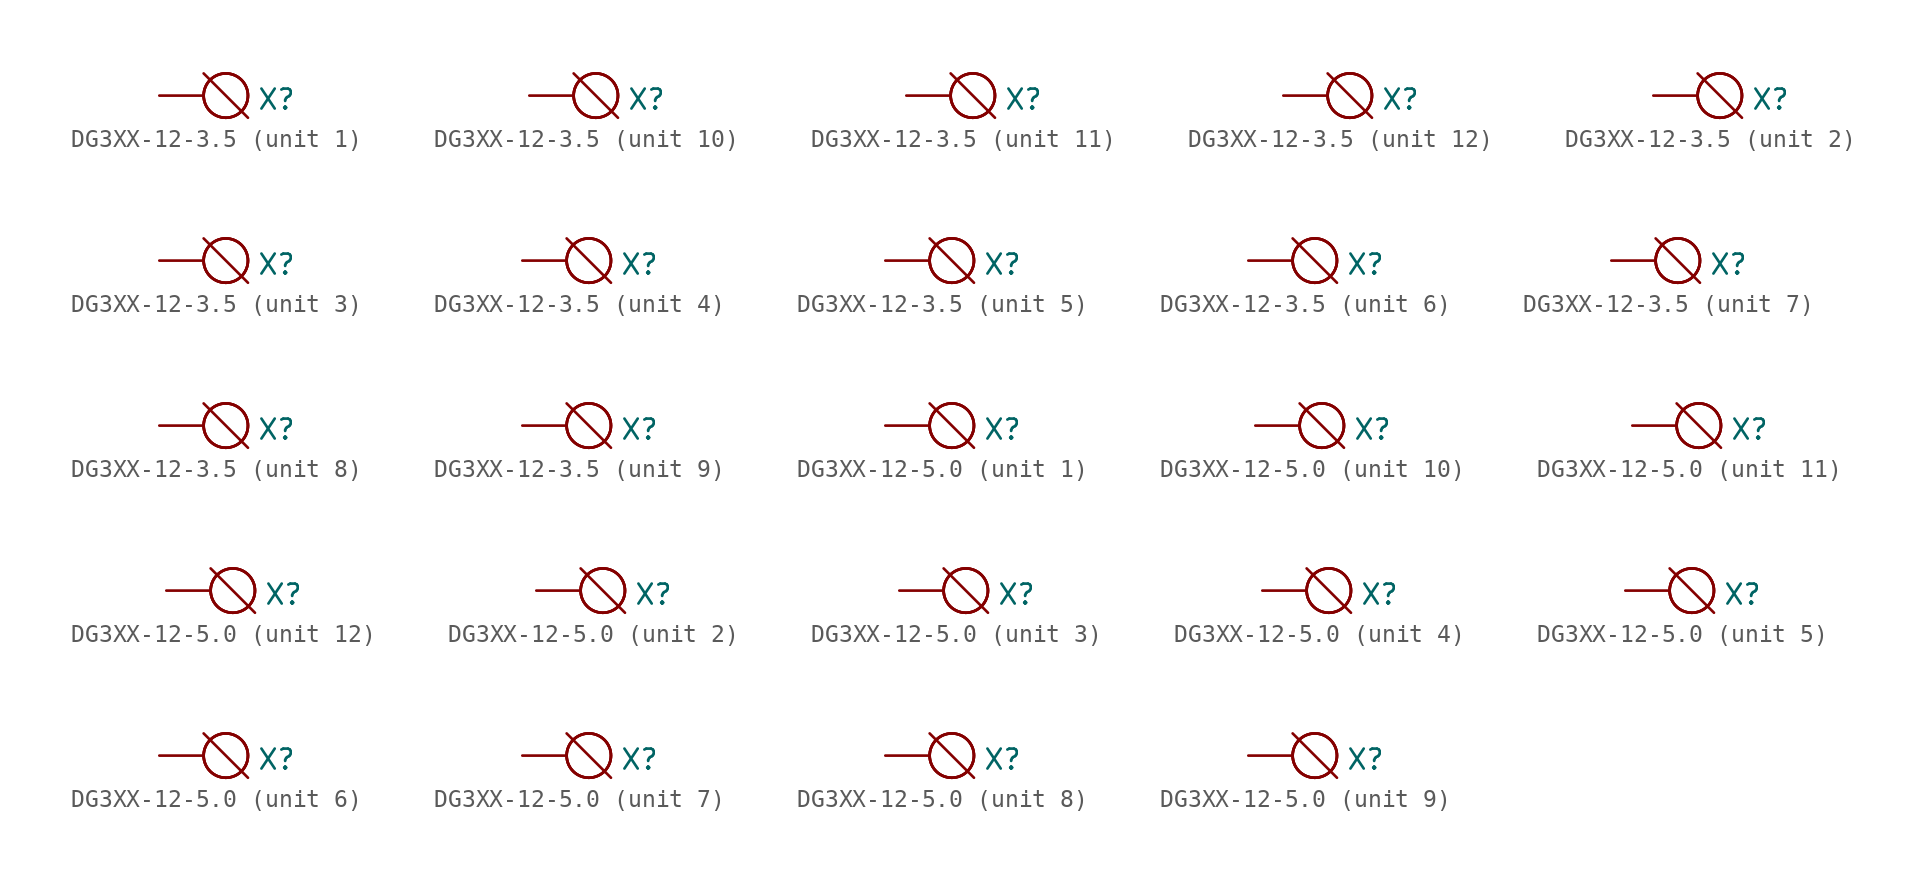
<source format=kicad_sym>
(kicad_symbol_lib
  (version 20211014)
  (generator kicad_symbol_editor)
  (symbol "DG3XX-12-3.5"
    (pin_numbers hide)
    (pin_names
      (offset 1.016) hide)
    (property "Reference" "X"
      (at 3.048 -0.889 0)
      (effects (font (size 1.143 1.143)) (justify left bottom)))
    (property "ki_locked" ""
      (at 0 0 0)
      (effects (font (size 1.27 1.27))))
    (symbol "DG3XX-12-3.5_1_0"
      (polyline (pts (xy 0 1.27) (xy 2.54 -1.27)) (stroke (width 0) (type default) (color 0 0 0 0)) (fill (type none))))
    (symbol "DG3XX-12-3.5_1_1"
      (circle (center 1.27 0) (radius 1.27) (stroke (width 0) (type default) (color 0 0 0 0)) (fill (type none)))
      (circle (center 1.27 0) (radius 1.27) (stroke (width 0) (type default) (color 0 0 0 0)) (fill (type none)))
      (circle (center 1.27 0) (radius 1.27) (stroke (width 0) (type default) (color 0 0 0 0)) (fill (type none)))
      (pin passive line (at -2.54 0 0) (length 2.54) (name "KL" (effects (font (size 1.016 1.016)))) (number "1" (effects (font (size 1.016 1.016))))))
    (symbol "DG3XX-12-3.5_2_0"
      (polyline (pts (xy 0 1.27) (xy 2.54 -1.27)) (stroke (width 0) (type default) (color 0 0 0 0)) (fill (type none))))
    (symbol "DG3XX-12-3.5_2_1"
      (circle (center 1.27 0) (radius 1.27) (stroke (width 0) (type default) (color 0 0 0 0)) (fill (type none)))
      (circle (center 1.27 0) (radius 1.27) (stroke (width 0) (type default) (color 0 0 0 0)) (fill (type none)))
      (circle (center 1.27 0) (radius 1.27) (stroke (width 0) (type default) (color 0 0 0 0)) (fill (type none)))
      (pin passive line (at -2.54 0 0) (length 2.54) (name "KL" (effects (font (size 1.016 1.016)))) (number "2" (effects (font (size 1.016 1.016))))))
    (symbol "DG3XX-12-3.5_3_0"
      (polyline (pts (xy 0 1.27) (xy 2.54 -1.27)) (stroke (width 0) (type default) (color 0 0 0 0)) (fill (type none))))
    (symbol "DG3XX-12-3.5_3_1"
      (circle (center 1.27 0) (radius 1.27) (stroke (width 0) (type default) (color 0 0 0 0)) (fill (type none)))
      (circle (center 1.27 0) (radius 1.27) (stroke (width 0) (type default) (color 0 0 0 0)) (fill (type none)))
      (circle (center 1.27 0) (radius 1.27) (stroke (width 0) (type default) (color 0 0 0 0)) (fill (type none)))
      (pin passive line (at -2.54 0 0) (length 2.54) (name "KL" (effects (font (size 1.016 1.016)))) (number "3" (effects (font (size 1.016 1.016))))))
    (symbol "DG3XX-12-3.5_4_0"
      (polyline (pts (xy 0 1.27) (xy 2.54 -1.27)) (stroke (width 0) (type default) (color 0 0 0 0)) (fill (type none))))
    (symbol "DG3XX-12-3.5_4_1"
      (circle (center 1.27 0) (radius 1.27) (stroke (width 0) (type default) (color 0 0 0 0)) (fill (type none)))
      (circle (center 1.27 0) (radius 1.27) (stroke (width 0) (type default) (color 0 0 0 0)) (fill (type none)))
      (circle (center 1.27 0) (radius 1.27) (stroke (width 0) (type default) (color 0 0 0 0)) (fill (type none)))
      (pin passive line (at -2.54 0 0) (length 2.54) (name "KL" (effects (font (size 1.016 1.016)))) (number "4" (effects (font (size 1.016 1.016))))))
    (symbol "DG3XX-12-3.5_5_0"
      (polyline (pts (xy 0 1.27) (xy 2.54 -1.27)) (stroke (width 0) (type default) (color 0 0 0 0)) (fill (type none))))
    (symbol "DG3XX-12-3.5_5_1"
      (circle (center 1.27 0) (radius 1.27) (stroke (width 0) (type default) (color 0 0 0 0)) (fill (type none)))
      (circle (center 1.27 0) (radius 1.27) (stroke (width 0) (type default) (color 0 0 0 0)) (fill (type none)))
      (circle (center 1.27 0) (radius 1.27) (stroke (width 0) (type default) (color 0 0 0 0)) (fill (type none)))
      (pin passive line (at -2.54 0 0) (length 2.54) (name "KL" (effects (font (size 1.016 1.016)))) (number "5" (effects (font (size 1.016 1.016))))))
    (symbol "DG3XX-12-3.5_6_0"
      (polyline (pts (xy 0 1.27) (xy 2.54 -1.27)) (stroke (width 0) (type default) (color 0 0 0 0)) (fill (type none))))
    (symbol "DG3XX-12-3.5_6_1"
      (circle (center 1.27 0) (radius 1.27) (stroke (width 0) (type default) (color 0 0 0 0)) (fill (type none)))
      (circle (center 1.27 0) (radius 1.27) (stroke (width 0) (type default) (color 0 0 0 0)) (fill (type none)))
      (circle (center 1.27 0) (radius 1.27) (stroke (width 0) (type default) (color 0 0 0 0)) (fill (type none)))
      (pin passive line (at -2.54 0 0) (length 2.54) (name "KL" (effects (font (size 1.016 1.016)))) (number "6" (effects (font (size 1.016 1.016))))))
    (symbol "DG3XX-12-3.5_7_0"
      (polyline (pts (xy 0 1.27) (xy 2.54 -1.27)) (stroke (width 0) (type default) (color 0 0 0 0)) (fill (type none))))
    (symbol "DG3XX-12-3.5_7_1"
      (circle (center 1.27 0) (radius 1.27) (stroke (width 0) (type default) (color 0 0 0 0)) (fill (type none)))
      (circle (center 1.27 0) (radius 1.27) (stroke (width 0) (type default) (color 0 0 0 0)) (fill (type none)))
      (circle (center 1.27 0) (radius 1.27) (stroke (width 0) (type default) (color 0 0 0 0)) (fill (type none)))
      (pin passive line (at -2.54 0 0) (length 2.54) (name "KL" (effects (font (size 1.016 1.016)))) (number "7" (effects (font (size 1.016 1.016))))))
    (symbol "DG3XX-12-3.5_8_0"
      (polyline (pts (xy 0 1.27) (xy 2.54 -1.27)) (stroke (width 0) (type default) (color 0 0 0 0)) (fill (type none))))
    (symbol "DG3XX-12-3.5_8_1"
      (circle (center 1.27 0) (radius 1.27) (stroke (width 0) (type default) (color 0 0 0 0)) (fill (type none)))
      (circle (center 1.27 0) (radius 1.27) (stroke (width 0) (type default) (color 0 0 0 0)) (fill (type none)))
      (circle (center 1.27 0) (radius 1.27) (stroke (width 0) (type default) (color 0 0 0 0)) (fill (type none)))
      (pin passive line (at -2.54 0 0) (length 2.54) (name "KL" (effects (font (size 1.016 1.016)))) (number "8" (effects (font (size 1.016 1.016))))))
    (symbol "DG3XX-12-3.5_9_0"
      (polyline (pts (xy 0 1.27) (xy 2.54 -1.27)) (stroke (width 0) (type default) (color 0 0 0 0)) (fill (type none))))
    (symbol "DG3XX-12-3.5_9_1"
      (circle (center 1.27 0) (radius 1.27) (stroke (width 0) (type default) (color 0 0 0 0)) (fill (type none)))
      (circle (center 1.27 0) (radius 1.27) (stroke (width 0) (type default) (color 0 0 0 0)) (fill (type none)))
      (circle (center 1.27 0) (radius 1.27) (stroke (width 0) (type default) (color 0 0 0 0)) (fill (type none)))
      (pin passive line (at -2.54 0 0) (length 2.54) (name "KL" (effects (font (size 1.016 1.016)))) (number "9" (effects (font (size 1.016 1.016))))))
    (symbol "DG3XX-12-3.5_10_0"
      (polyline (pts (xy 0 1.27) (xy 2.54 -1.27)) (stroke (width 0) (type default) (color 0 0 0 0)) (fill (type none))))
    (symbol "DG3XX-12-3.5_10_1"
      (circle (center 1.27 0) (radius 1.27) (stroke (width 0) (type default) (color 0 0 0 0)) (fill (type none)))
      (circle (center 1.27 0) (radius 1.27) (stroke (width 0) (type default) (color 0 0 0 0)) (fill (type none)))
      (circle (center 1.27 0) (radius 1.27) (stroke (width 0) (type default) (color 0 0 0 0)) (fill (type none)))
      (pin passive line (at -2.54 0 0) (length 2.54) (name "KL" (effects (font (size 1.016 1.016)))) (number "10" (effects (font (size 1.016 1.016))))))
    (symbol "DG3XX-12-3.5_11_0"
      (polyline (pts (xy 0 1.27) (xy 2.54 -1.27)) (stroke (width 0) (type default) (color 0 0 0 0)) (fill (type none))))
    (symbol "DG3XX-12-3.5_11_1"
      (circle (center 1.27 0) (radius 1.27) (stroke (width 0) (type default) (color 0 0 0 0)) (fill (type none)))
      (circle (center 1.27 0) (radius 1.27) (stroke (width 0) (type default) (color 0 0 0 0)) (fill (type none)))
      (circle (center 1.27 0) (radius 1.27) (stroke (width 0) (type default) (color 0 0 0 0)) (fill (type none)))
      (pin passive line (at -2.54 0 0) (length 2.54) (name "KL" (effects (font (size 1.016 1.016)))) (number "11" (effects (font (size 1.016 1.016))))))
    (symbol "DG3XX-12-3.5_12_0"
      (polyline (pts (xy 0 1.27) (xy 2.54 -1.27)) (stroke (width 0) (type default) (color 0 0 0 0)) (fill (type none))))
    (symbol "DG3XX-12-3.5_12_1"
      (circle (center 1.27 0) (radius 1.27) (stroke (width 0) (type default) (color 0 0 0 0)) (fill (type none)))
      (circle (center 1.27 0) (radius 1.27) (stroke (width 0) (type default) (color 0 0 0 0)) (fill (type none)))
      (circle (center 1.27 0) (radius 1.27) (stroke (width 0) (type default) (color 0 0 0 0)) (fill (type none)))
      (pin passive line (at -2.54 0 0) (length 2.54) (name "KL" (effects (font (size 1.016 1.016)))) (number "12" (effects (font (size 1.016 1.016)))))))
  (symbol "DG3XX-12-5.0"
    (pin_numbers hide)
    (pin_names
      (offset 1.016) hide)
    (property "Reference" "X"
      (at 3.048 -0.889 0)
      (effects (font (size 1.143 1.143)) (justify left bottom)))
    (property "ki_locked" ""
      (at 0 0 0)
      (effects (font (size 1.27 1.27))))
    (symbol "DG3XX-12-5.0_1_0"
      (polyline (pts (xy 0 1.27) (xy 2.54 -1.27)) (stroke (width 0) (type default) (color 0 0 0 0)) (fill (type none))))
    (symbol "DG3XX-12-5.0_1_1"
      (circle (center 1.27 0) (radius 1.27) (stroke (width 0) (type default) (color 0 0 0 0)) (fill (type none)))
      (circle (center 1.27 0) (radius 1.27) (stroke (width 0) (type default) (color 0 0 0 0)) (fill (type none)))
      (circle (center 1.27 0) (radius 1.27) (stroke (width 0) (type default) (color 0 0 0 0)) (fill (type none)))
      (pin passive line (at -2.54 0 0) (length 2.54) (name "KL" (effects (font (size 1.016 1.016)))) (number "1" (effects (font (size 1.016 1.016))))))
    (symbol "DG3XX-12-5.0_2_0"
      (polyline (pts (xy 0 1.27) (xy 2.54 -1.27)) (stroke (width 0) (type default) (color 0 0 0 0)) (fill (type none))))
    (symbol "DG3XX-12-5.0_2_1"
      (circle (center 1.27 0) (radius 1.27) (stroke (width 0) (type default) (color 0 0 0 0)) (fill (type none)))
      (circle (center 1.27 0) (radius 1.27) (stroke (width 0) (type default) (color 0 0 0 0)) (fill (type none)))
      (circle (center 1.27 0) (radius 1.27) (stroke (width 0) (type default) (color 0 0 0 0)) (fill (type none)))
      (pin passive line (at -2.54 0 0) (length 2.54) (name "KL" (effects (font (size 1.016 1.016)))) (number "2" (effects (font (size 1.016 1.016))))))
    (symbol "DG3XX-12-5.0_3_0"
      (polyline (pts (xy 0 1.27) (xy 2.54 -1.27)) (stroke (width 0) (type default) (color 0 0 0 0)) (fill (type none))))
    (symbol "DG3XX-12-5.0_3_1"
      (circle (center 1.27 0) (radius 1.27) (stroke (width 0) (type default) (color 0 0 0 0)) (fill (type none)))
      (circle (center 1.27 0) (radius 1.27) (stroke (width 0) (type default) (color 0 0 0 0)) (fill (type none)))
      (circle (center 1.27 0) (radius 1.27) (stroke (width 0) (type default) (color 0 0 0 0)) (fill (type none)))
      (pin passive line (at -2.54 0 0) (length 2.54) (name "KL" (effects (font (size 1.016 1.016)))) (number "3" (effects (font (size 1.016 1.016))))))
    (symbol "DG3XX-12-5.0_4_0"
      (polyline (pts (xy 0 1.27) (xy 2.54 -1.27)) (stroke (width 0) (type default) (color 0 0 0 0)) (fill (type none))))
    (symbol "DG3XX-12-5.0_4_1"
      (circle (center 1.27 0) (radius 1.27) (stroke (width 0) (type default) (color 0 0 0 0)) (fill (type none)))
      (circle (center 1.27 0) (radius 1.27) (stroke (width 0) (type default) (color 0 0 0 0)) (fill (type none)))
      (circle (center 1.27 0) (radius 1.27) (stroke (width 0) (type default) (color 0 0 0 0)) (fill (type none)))
      (pin passive line (at -2.54 0 0) (length 2.54) (name "KL" (effects (font (size 1.016 1.016)))) (number "4" (effects (font (size 1.016 1.016))))))
    (symbol "DG3XX-12-5.0_5_0"
      (polyline (pts (xy 0 1.27) (xy 2.54 -1.27)) (stroke (width 0) (type default) (color 0 0 0 0)) (fill (type none))))
    (symbol "DG3XX-12-5.0_5_1"
      (circle (center 1.27 0) (radius 1.27) (stroke (width 0) (type default) (color 0 0 0 0)) (fill (type none)))
      (circle (center 1.27 0) (radius 1.27) (stroke (width 0) (type default) (color 0 0 0 0)) (fill (type none)))
      (circle (center 1.27 0) (radius 1.27) (stroke (width 0) (type default) (color 0 0 0 0)) (fill (type none)))
      (pin passive line (at -2.54 0 0) (length 2.54) (name "KL" (effects (font (size 1.016 1.016)))) (number "5" (effects (font (size 1.016 1.016))))))
    (symbol "DG3XX-12-5.0_6_0"
      (polyline (pts (xy 0 1.27) (xy 2.54 -1.27)) (stroke (width 0) (type default) (color 0 0 0 0)) (fill (type none))))
    (symbol "DG3XX-12-5.0_6_1"
      (circle (center 1.27 0) (radius 1.27) (stroke (width 0) (type default) (color 0 0 0 0)) (fill (type none)))
      (circle (center 1.27 0) (radius 1.27) (stroke (width 0) (type default) (color 0 0 0 0)) (fill (type none)))
      (circle (center 1.27 0) (radius 1.27) (stroke (width 0) (type default) (color 0 0 0 0)) (fill (type none)))
      (pin passive line (at -2.54 0 0) (length 2.54) (name "KL" (effects (font (size 1.016 1.016)))) (number "6" (effects (font (size 1.016 1.016))))))
    (symbol "DG3XX-12-5.0_7_0"
      (polyline (pts (xy 0 1.27) (xy 2.54 -1.27)) (stroke (width 0) (type default) (color 0 0 0 0)) (fill (type none))))
    (symbol "DG3XX-12-5.0_7_1"
      (circle (center 1.27 0) (radius 1.27) (stroke (width 0) (type default) (color 0 0 0 0)) (fill (type none)))
      (circle (center 1.27 0) (radius 1.27) (stroke (width 0) (type default) (color 0 0 0 0)) (fill (type none)))
      (circle (center 1.27 0) (radius 1.27) (stroke (width 0) (type default) (color 0 0 0 0)) (fill (type none)))
      (pin passive line (at -2.54 0 0) (length 2.54) (name "KL" (effects (font (size 1.016 1.016)))) (number "7" (effects (font (size 1.016 1.016))))))
    (symbol "DG3XX-12-5.0_8_0"
      (polyline (pts (xy 0 1.27) (xy 2.54 -1.27)) (stroke (width 0) (type default) (color 0 0 0 0)) (fill (type none))))
    (symbol "DG3XX-12-5.0_8_1"
      (circle (center 1.27 0) (radius 1.27) (stroke (width 0) (type default) (color 0 0 0 0)) (fill (type none)))
      (circle (center 1.27 0) (radius 1.27) (stroke (width 0) (type default) (color 0 0 0 0)) (fill (type none)))
      (circle (center 1.27 0) (radius 1.27) (stroke (width 0) (type default) (color 0 0 0 0)) (fill (type none)))
      (pin passive line (at -2.54 0 0) (length 2.54) (name "KL" (effects (font (size 1.016 1.016)))) (number "8" (effects (font (size 1.016 1.016))))))
    (symbol "DG3XX-12-5.0_9_0"
      (polyline (pts (xy 0 1.27) (xy 2.54 -1.27)) (stroke (width 0) (type default) (color 0 0 0 0)) (fill (type none))))
    (symbol "DG3XX-12-5.0_9_1"
      (circle (center 1.27 0) (radius 1.27) (stroke (width 0) (type default) (color 0 0 0 0)) (fill (type none)))
      (circle (center 1.27 0) (radius 1.27) (stroke (width 0) (type default) (color 0 0 0 0)) (fill (type none)))
      (circle (center 1.27 0) (radius 1.27) (stroke (width 0) (type default) (color 0 0 0 0)) (fill (type none)))
      (pin passive line (at -2.54 0 0) (length 2.54) (name "KL" (effects (font (size 1.016 1.016)))) (number "9" (effects (font (size 1.016 1.016))))))
    (symbol "DG3XX-12-5.0_10_0"
      (polyline (pts (xy 0 1.27) (xy 2.54 -1.27)) (stroke (width 0) (type default) (color 0 0 0 0)) (fill (type none))))
    (symbol "DG3XX-12-5.0_10_1"
      (circle (center 1.27 0) (radius 1.27) (stroke (width 0) (type default) (color 0 0 0 0)) (fill (type none)))
      (circle (center 1.27 0) (radius 1.27) (stroke (width 0) (type default) (color 0 0 0 0)) (fill (type none)))
      (circle (center 1.27 0) (radius 1.27) (stroke (width 0) (type default) (color 0 0 0 0)) (fill (type none)))
      (pin passive line (at -2.54 0 0) (length 2.54) (name "KL" (effects (font (size 1.016 1.016)))) (number "10" (effects (font (size 1.016 1.016))))))
    (symbol "DG3XX-12-5.0_11_0"
      (polyline (pts (xy 0 1.27) (xy 2.54 -1.27)) (stroke (width 0) (type default) (color 0 0 0 0)) (fill (type none))))
    (symbol "DG3XX-12-5.0_11_1"
      (circle (center 1.27 0) (radius 1.27) (stroke (width 0) (type default) (color 0 0 0 0)) (fill (type none)))
      (circle (center 1.27 0) (radius 1.27) (stroke (width 0) (type default) (color 0 0 0 0)) (fill (type none)))
      (circle (center 1.27 0) (radius 1.27) (stroke (width 0) (type default) (color 0 0 0 0)) (fill (type none)))
      (pin passive line (at -2.54 0 0) (length 2.54) (name "KL" (effects (font (size 1.016 1.016)))) (number "11" (effects (font (size 1.016 1.016))))))
    (symbol "DG3XX-12-5.0_12_0"
      (polyline (pts (xy 0 1.27) (xy 2.54 -1.27)) (stroke (width 0) (type default) (color 0 0 0 0)) (fill (type none))))
    (symbol "DG3XX-12-5.0_12_1"
      (circle (center 1.27 0) (radius 1.27) (stroke (width 0) (type default) (color 0 0 0 0)) (fill (type none)))
      (circle (center 1.27 0) (radius 1.27) (stroke (width 0) (type default) (color 0 0 0 0)) (fill (type none)))
      (circle (center 1.27 0) (radius 1.27) (stroke (width 0) (type default) (color 0 0 0 0)) (fill (type none)))
      (pin passive line (at -2.54 0 0) (length 2.54) (name "KL" (effects (font (size 1.016 1.016)))) (number "12" (effects (font (size 1.016 1.016))))))))
</source>
